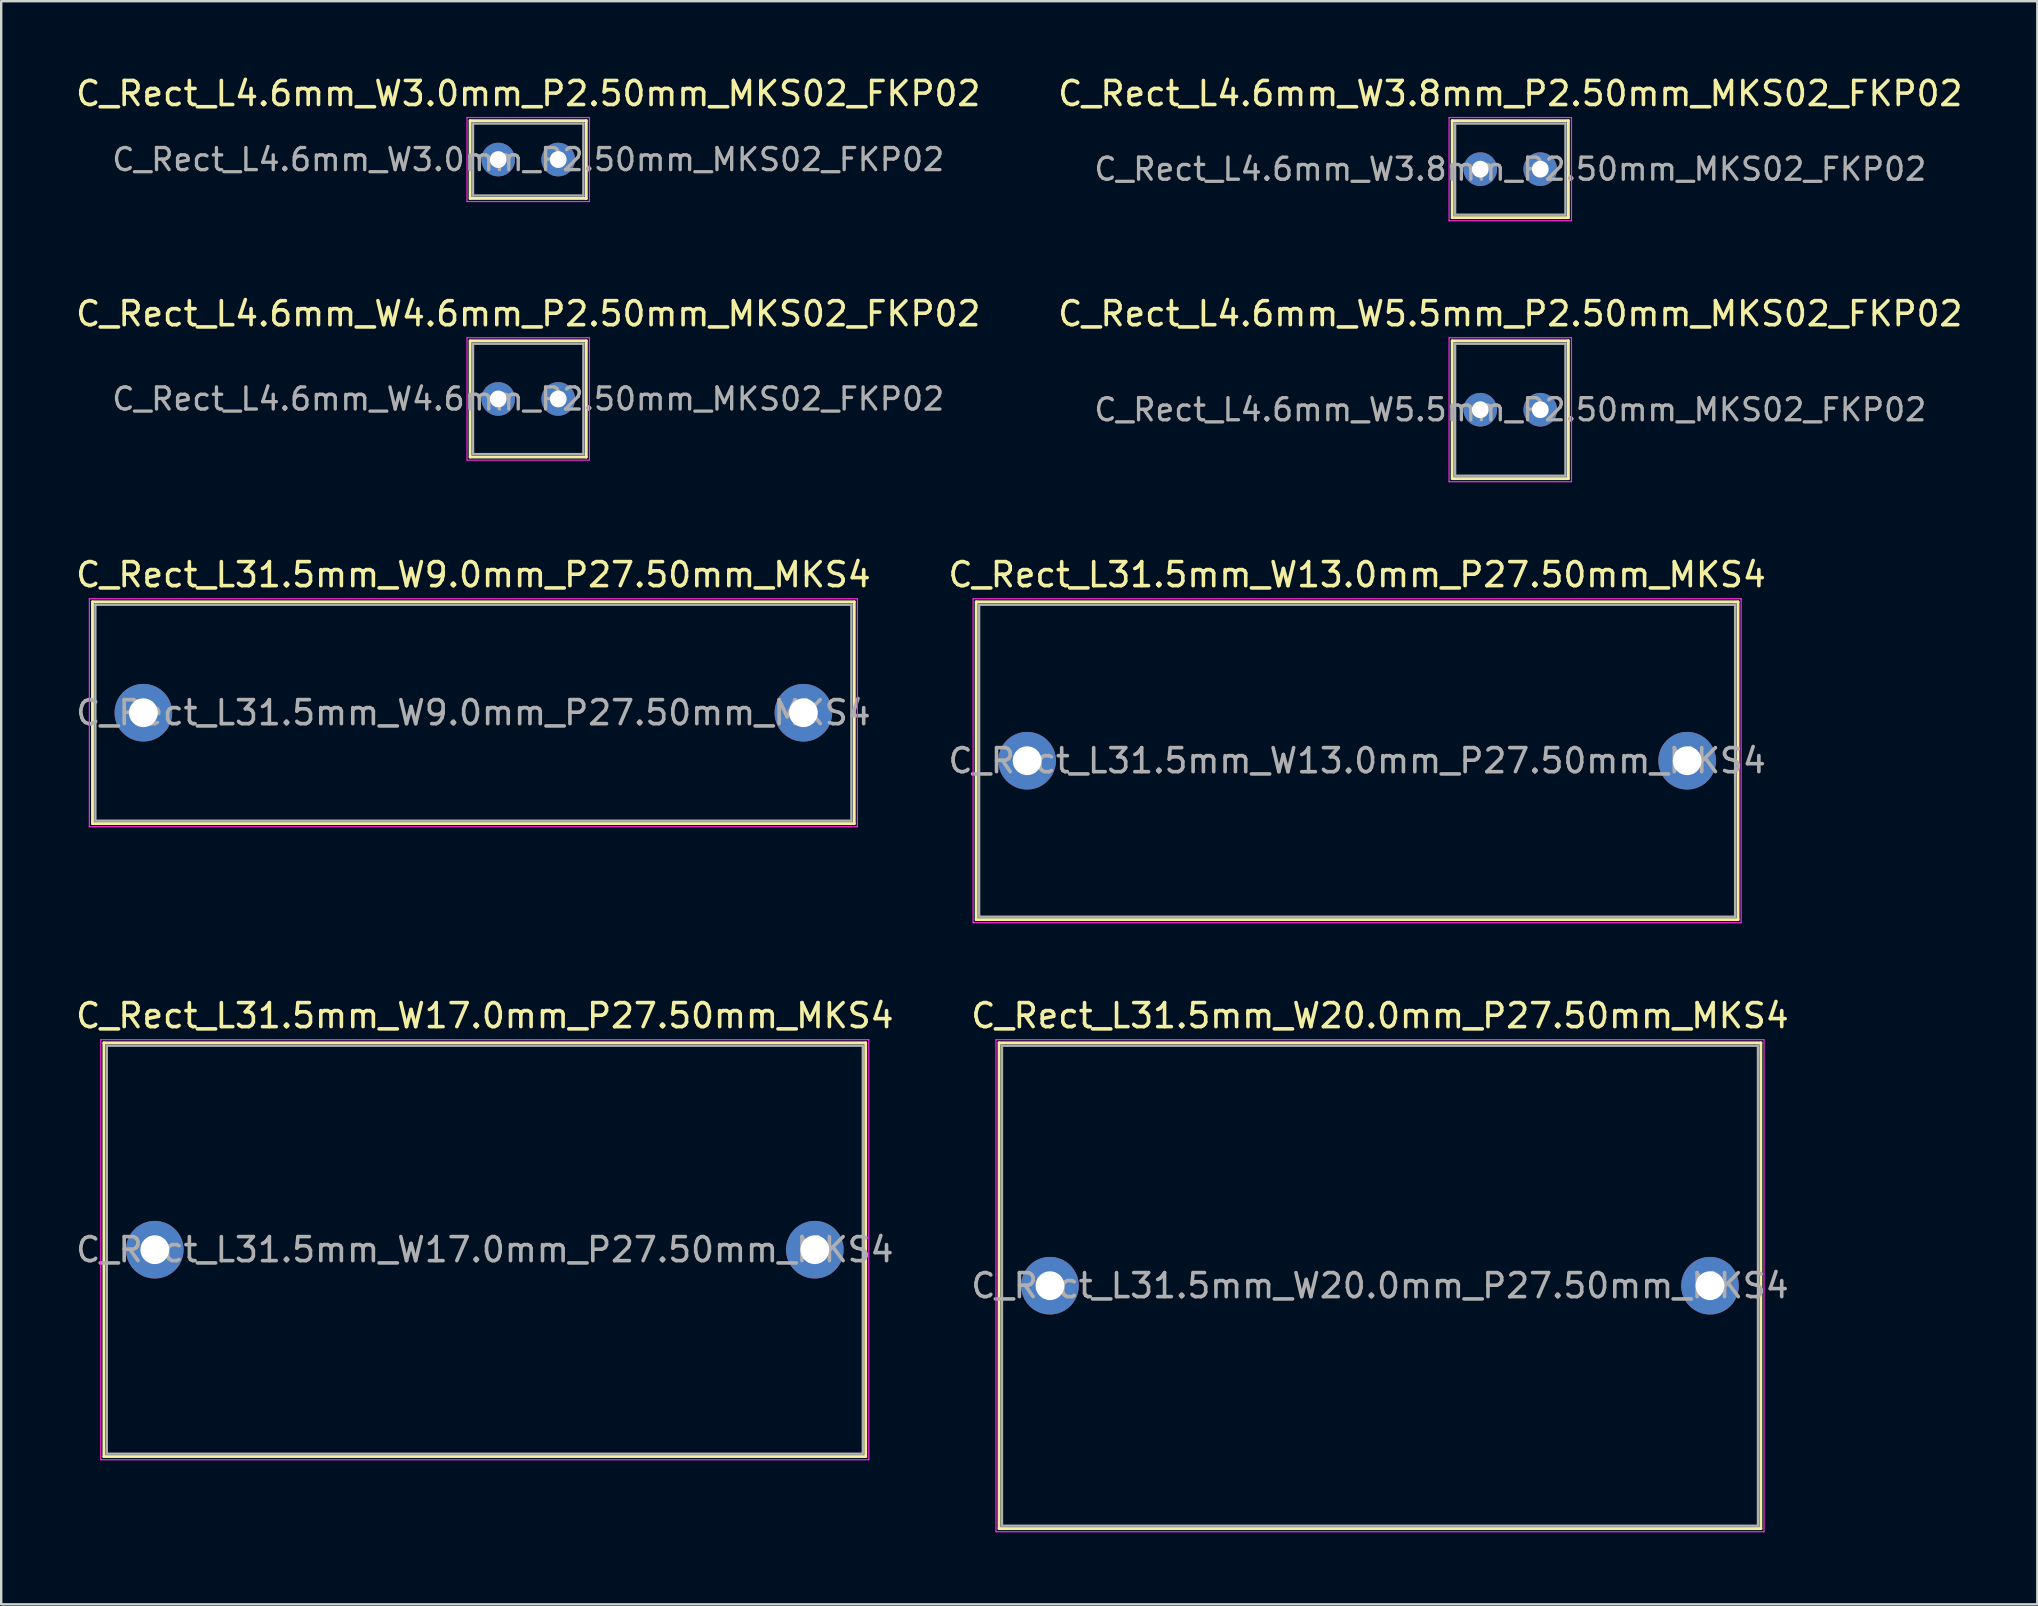
<source format=kicad_pcb>
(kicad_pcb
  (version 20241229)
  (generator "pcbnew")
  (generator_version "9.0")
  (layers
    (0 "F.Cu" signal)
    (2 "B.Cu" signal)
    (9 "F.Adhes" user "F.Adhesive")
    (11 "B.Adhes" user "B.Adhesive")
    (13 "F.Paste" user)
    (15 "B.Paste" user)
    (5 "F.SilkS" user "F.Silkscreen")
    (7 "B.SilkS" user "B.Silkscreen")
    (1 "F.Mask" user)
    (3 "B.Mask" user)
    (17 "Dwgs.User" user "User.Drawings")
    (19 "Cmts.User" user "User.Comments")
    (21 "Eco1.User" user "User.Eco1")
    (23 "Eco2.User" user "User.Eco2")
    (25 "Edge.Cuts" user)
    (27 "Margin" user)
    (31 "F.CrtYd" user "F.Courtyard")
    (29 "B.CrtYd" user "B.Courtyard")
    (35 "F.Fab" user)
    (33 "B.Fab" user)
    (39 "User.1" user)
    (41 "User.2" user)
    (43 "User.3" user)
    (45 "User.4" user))
  (footprint "C_Rect_L31.5mm_W9.0mm_P27.50mm_MKS4"
    (layer "F.Cu")
    (at 2.923 26.645)
    (property "Reference" "C_Rect_L31.5mm_W9.0mm_P27.50mm_MKS4" (at 13.75 -5.75 0) (layer "F.SilkS") (effects (font (size 1 1) (thickness 0.15))))
    (attr through_hole)
    (fp_line (start -2.12 -4.62) (end -2.12 4.62) (stroke (width 0.12) (type solid)) (layer "F.SilkS"))
    (fp_line (start -2.12 -4.62) (end 29.62 -4.62) (stroke (width 0.12) (type solid)) (layer "F.SilkS"))
    (fp_line (start -2.12 4.62) (end 29.62 4.62) (stroke (width 0.12) (type solid)) (layer "F.SilkS"))
    (fp_line (start 29.62 -4.62) (end 29.62 4.62) (stroke (width 0.12) (type solid)) (layer "F.SilkS"))
    (fp_line (start -2.25 -4.75) (end -2.25 4.75) (stroke (width 0.05) (type solid)) (layer "F.CrtYd"))
    (fp_line (start -2.25 4.75) (end 29.75 4.75) (stroke (width 0.05) (type solid)) (layer "F.CrtYd"))
    (fp_line (start 29.75 -4.75) (end -2.25 -4.75) (stroke (width 0.05) (type solid)) (layer "F.CrtYd"))
    (fp_line (start 29.75 4.75) (end 29.75 -4.75) (stroke (width 0.05) (type solid)) (layer "F.CrtYd"))
    (fp_line (start -2 -4.5) (end -2 4.5) (stroke (width 0.1) (type solid)) (layer "F.Fab"))
    (fp_line (start -2 4.5) (end 29.5 4.5) (stroke (width 0.1) (type solid)) (layer "F.Fab"))
    (fp_line (start 29.5 -4.5) (end -2 -4.5) (stroke (width 0.1) (type solid)) (layer "F.Fab"))
    (fp_line (start 29.5 4.5) (end 29.5 -4.5) (stroke (width 0.1) (type solid)) (layer "F.Fab"))
    (fp_text user "${REFERENCE}" (at 13.75 0 0) (layer "F.Fab") (effects (font (size 1 1) (thickness 0.15))))
    (pad "1" thru_hole circle (at 0 0) (size 2.4 2.4) (drill 1.2) (layers "*.Cu" "*.Mask"))
    (pad "2" thru_hole circle (at 27.5 0) (size 2.4 2.4) (drill 1.2) (layers "*.Cu" "*.Mask")))
  (footprint "C_Rect_L31.5mm_W17.0mm_P27.50mm_MKS4"
    (layer "F.Cu")
    (at 3.399 49.018)
    (property "Reference" "C_Rect_L31.5mm_W17.0mm_P27.50mm_MKS4" (at 13.75 -9.75 0) (layer "F.SilkS") (effects (font (size 1 1) (thickness 0.15))))
    (attr through_hole)
    (fp_line (start -2.12 -8.62) (end -2.12 8.62) (stroke (width 0.12) (type solid)) (layer "F.SilkS"))
    (fp_line (start -2.12 -8.62) (end 29.62 -8.62) (stroke (width 0.12) (type solid)) (layer "F.SilkS"))
    (fp_line (start -2.12 8.62) (end 29.62 8.62) (stroke (width 0.12) (type solid)) (layer "F.SilkS"))
    (fp_line (start 29.62 -8.62) (end 29.62 8.62) (stroke (width 0.12) (type solid)) (layer "F.SilkS"))
    (fp_line (start -2.25 -8.75) (end -2.25 8.75) (stroke (width 0.05) (type solid)) (layer "F.CrtYd"))
    (fp_line (start -2.25 8.75) (end 29.75 8.75) (stroke (width 0.05) (type solid)) (layer "F.CrtYd"))
    (fp_line (start 29.75 -8.75) (end -2.25 -8.75) (stroke (width 0.05) (type solid)) (layer "F.CrtYd"))
    (fp_line (start 29.75 8.75) (end 29.75 -8.75) (stroke (width 0.05) (type solid)) (layer "F.CrtYd"))
    (fp_line (start -2 -8.5) (end -2 8.5) (stroke (width 0.1) (type solid)) (layer "F.Fab"))
    (fp_line (start -2 8.5) (end 29.5 8.5) (stroke (width 0.1) (type solid)) (layer "F.Fab"))
    (fp_line (start 29.5 -8.5) (end -2 -8.5) (stroke (width 0.1) (type solid)) (layer "F.Fab"))
    (fp_line (start 29.5 8.5) (end 29.5 -8.5) (stroke (width 0.1) (type solid)) (layer "F.Fab"))
    (fp_text user "${REFERENCE}" (at 13.75 0 0) (layer "F.Fab") (effects (font (size 1 1) (thickness 0.15))))
    (pad "1" thru_hole circle (at 0 0) (size 2.4 2.4) (drill 1.2) (layers "*.Cu" "*.Mask"))
    (pad "2" thru_hole circle (at 27.5 0) (size 2.4 2.4) (drill 1.2) (layers "*.Cu" "*.Mask")))
  (footprint "C_Rect_L4.6mm_W3.0mm_P2.50mm_MKS02_FKP02"
    (layer "F.Cu")
    (at 17.708 3.598)
    (property "Reference" "C_Rect_L4.6mm_W3.0mm_P2.50mm_MKS02_FKP02" (at 1.25 -2.75 0) (layer "F.SilkS") (effects (font (size 1 1) (thickness 0.15))))
    (attr through_hole)
    (fp_line (start -1.17 -1.62) (end -1.17 1.62) (stroke (width 0.12) (type solid)) (layer "F.SilkS"))
    (fp_line (start -1.17 -1.62) (end 3.67 -1.62) (stroke (width 0.12) (type solid)) (layer "F.SilkS"))
    (fp_line (start -1.17 1.62) (end 3.67 1.62) (stroke (width 0.12) (type solid)) (layer "F.SilkS"))
    (fp_line (start 3.67 -1.62) (end 3.67 1.62) (stroke (width 0.12) (type solid)) (layer "F.SilkS"))
    (fp_line (start -1.3 -1.75) (end -1.3 1.75) (stroke (width 0.05) (type solid)) (layer "F.CrtYd"))
    (fp_line (start -1.3 1.75) (end 3.8 1.75) (stroke (width 0.05) (type solid)) (layer "F.CrtYd"))
    (fp_line (start 3.8 -1.75) (end -1.3 -1.75) (stroke (width 0.05) (type solid)) (layer "F.CrtYd"))
    (fp_line (start 3.8 1.75) (end 3.8 -1.75) (stroke (width 0.05) (type solid)) (layer "F.CrtYd"))
    (fp_line (start -1.05 -1.5) (end -1.05 1.5) (stroke (width 0.1) (type solid)) (layer "F.Fab"))
    (fp_line (start -1.05 1.5) (end 3.55 1.5) (stroke (width 0.1) (type solid)) (layer "F.Fab"))
    (fp_line (start 3.55 -1.5) (end -1.05 -1.5) (stroke (width 0.1) (type solid)) (layer "F.Fab"))
    (fp_line (start 3.55 1.5) (end 3.55 -1.5) (stroke (width 0.1) (type solid)) (layer "F.Fab"))
    (fp_text user "${REFERENCE}" (at 1.25 0 0) (layer "F.Fab") (effects (font (size 0.92 0.92) (thickness 0.138))))
    (pad "1" thru_hole circle (at 0 0) (size 1.4 1.4) (drill 0.7) (layers "*.Cu" "*.Mask"))
    (pad "2" thru_hole circle (at 2.5 0) (size 1.4 1.4) (drill 0.7) (layers "*.Cu" "*.Mask")))
  (footprint "C_Rect_L4.6mm_W4.6mm_P2.50mm_MKS02_FKP02"
    (layer "F.Cu")
    (at 17.708 13.572)
    (property "Reference" "C_Rect_L4.6mm_W4.6mm_P2.50mm_MKS02_FKP02" (at 1.25 -3.55 0) (layer "F.SilkS") (effects (font (size 1 1) (thickness 0.15))))
    (attr through_hole)
    (fp_line (start -1.17 -2.42) (end -1.17 2.42) (stroke (width 0.12) (type solid)) (layer "F.SilkS"))
    (fp_line (start -1.17 -2.42) (end 3.67 -2.42) (stroke (width 0.12) (type solid)) (layer "F.SilkS"))
    (fp_line (start -1.17 2.42) (end 3.67 2.42) (stroke (width 0.12) (type solid)) (layer "F.SilkS"))
    (fp_line (start 3.67 -2.42) (end 3.67 2.42) (stroke (width 0.12) (type solid)) (layer "F.SilkS"))
    (fp_line (start -1.3 -2.55) (end -1.3 2.55) (stroke (width 0.05) (type solid)) (layer "F.CrtYd"))
    (fp_line (start -1.3 2.55) (end 3.8 2.55) (stroke (width 0.05) (type solid)) (layer "F.CrtYd"))
    (fp_line (start 3.8 -2.55) (end -1.3 -2.55) (stroke (width 0.05) (type solid)) (layer "F.CrtYd"))
    (fp_line (start 3.8 2.55) (end 3.8 -2.55) (stroke (width 0.05) (type solid)) (layer "F.CrtYd"))
    (fp_line (start -1.05 -2.3) (end -1.05 2.3) (stroke (width 0.1) (type solid)) (layer "F.Fab"))
    (fp_line (start -1.05 2.3) (end 3.55 2.3) (stroke (width 0.1) (type solid)) (layer "F.Fab"))
    (fp_line (start 3.55 -2.3) (end -1.05 -2.3) (stroke (width 0.1) (type solid)) (layer "F.Fab"))
    (fp_line (start 3.55 2.3) (end 3.55 -2.3) (stroke (width 0.1) (type solid)) (layer "F.Fab"))
    (fp_text user "${REFERENCE}" (at 1.25 0 0) (layer "F.Fab") (effects (font (size 0.92 0.92) (thickness 0.138))))
    (pad "1" thru_hole circle (at 0 0) (size 1.4 1.4) (drill 0.7) (layers "*.Cu" "*.Mask"))
    (pad "2" thru_hole circle (at 2.5 0) (size 1.4 1.4) (drill 0.7) (layers "*.Cu" "*.Mask")))
  (footprint "C_Rect_L4.6mm_W5.5mm_P2.50mm_MKS02_FKP02"
    (layer "F.Cu")
    (at 58.625 14.021)
    (property "Reference" "C_Rect_L4.6mm_W5.5mm_P2.50mm_MKS02_FKP02" (at 1.25 -4 0) (layer "F.SilkS") (effects (font (size 1 1) (thickness 0.15))))
    (attr through_hole)
    (fp_line (start -1.17 -2.87) (end -1.17 2.87) (stroke (width 0.12) (type solid)) (layer "F.SilkS"))
    (fp_line (start -1.17 -2.87) (end 3.67 -2.87) (stroke (width 0.12) (type solid)) (layer "F.SilkS"))
    (fp_line (start -1.17 2.87) (end 3.67 2.87) (stroke (width 0.12) (type solid)) (layer "F.SilkS"))
    (fp_line (start 3.67 -2.87) (end 3.67 2.87) (stroke (width 0.12) (type solid)) (layer "F.SilkS"))
    (fp_line (start -1.3 -3) (end -1.3 3) (stroke (width 0.05) (type solid)) (layer "F.CrtYd"))
    (fp_line (start -1.3 3) (end 3.8 3) (stroke (width 0.05) (type solid)) (layer "F.CrtYd"))
    (fp_line (start 3.8 -3) (end -1.3 -3) (stroke (width 0.05) (type solid)) (layer "F.CrtYd"))
    (fp_line (start 3.8 3) (end 3.8 -3) (stroke (width 0.05) (type solid)) (layer "F.CrtYd"))
    (fp_line (start -1.05 -2.75) (end -1.05 2.75) (stroke (width 0.1) (type solid)) (layer "F.Fab"))
    (fp_line (start -1.05 2.75) (end 3.55 2.75) (stroke (width 0.1) (type solid)) (layer "F.Fab"))
    (fp_line (start 3.55 -2.75) (end -1.05 -2.75) (stroke (width 0.1) (type solid)) (layer "F.Fab"))
    (fp_line (start 3.55 2.75) (end 3.55 -2.75) (stroke (width 0.1) (type solid)) (layer "F.Fab"))
    (fp_text user "${REFERENCE}" (at 1.25 0 0) (layer "F.Fab") (effects (font (size 0.92 0.92) (thickness 0.138))))
    (pad "1" thru_hole circle (at 0 0) (size 1.4 1.4) (drill 0.7) (layers "*.Cu" "*.Mask"))
    (pad "2" thru_hole circle (at 2.5 0) (size 1.4 1.4) (drill 0.7) (layers "*.Cu" "*.Mask")))
  (footprint "C_Rect_L31.5mm_W20.0mm_P27.50mm_MKS4"
    (layer "F.Cu")
    (at 40.696 50.518)
    (property "Reference" "C_Rect_L31.5mm_W20.0mm_P27.50mm_MKS4" (at 13.75 -11.25 0) (layer "F.SilkS") (effects (font (size 1 1) (thickness 0.15))))
    (attr through_hole)
    (fp_line (start -2.12 -10.12) (end -2.12 10.12) (stroke (width 0.12) (type solid)) (layer "F.SilkS"))
    (fp_line (start -2.12 -10.12) (end 29.62 -10.12) (stroke (width 0.12) (type solid)) (layer "F.SilkS"))
    (fp_line (start -2.12 10.12) (end 29.62 10.12) (stroke (width 0.12) (type solid)) (layer "F.SilkS"))
    (fp_line (start 29.62 -10.12) (end 29.62 10.12) (stroke (width 0.12) (type solid)) (layer "F.SilkS"))
    (fp_line (start -2.25 -10.25) (end -2.25 10.25) (stroke (width 0.05) (type solid)) (layer "F.CrtYd"))
    (fp_line (start -2.25 10.25) (end 29.75 10.25) (stroke (width 0.05) (type solid)) (layer "F.CrtYd"))
    (fp_line (start 29.75 -10.25) (end -2.25 -10.25) (stroke (width 0.05) (type solid)) (layer "F.CrtYd"))
    (fp_line (start 29.75 10.25) (end 29.75 -10.25) (stroke (width 0.05) (type solid)) (layer "F.CrtYd"))
    (fp_line (start -2 -10) (end -2 10) (stroke (width 0.1) (type solid)) (layer "F.Fab"))
    (fp_line (start -2 10) (end 29.5 10) (stroke (width 0.1) (type solid)) (layer "F.Fab"))
    (fp_line (start 29.5 -10) (end -2 -10) (stroke (width 0.1) (type solid)) (layer "F.Fab"))
    (fp_line (start 29.5 10) (end 29.5 -10) (stroke (width 0.1) (type solid)) (layer "F.Fab"))
    (fp_text user "${REFERENCE}" (at 13.75 0 0) (layer "F.Fab") (effects (font (size 1 1) (thickness 0.15))))
    (pad "1" thru_hole circle (at 0 0) (size 2.4 2.4) (drill 1.2) (layers "*.Cu" "*.Mask"))
    (pad "2" thru_hole circle (at 27.5 0) (size 2.4 2.4) (drill 1.2) (layers "*.Cu" "*.Mask")))
  (footprint "C_Rect_L31.5mm_W13.0mm_P27.50mm_MKS4"
    (layer "F.Cu")
    (at 39.744 28.645)
    (property "Reference" "C_Rect_L31.5mm_W13.0mm_P27.50mm_MKS4" (at 13.75 -7.75 0) (layer "F.SilkS") (effects (font (size 1 1) (thickness 0.15))))
    (attr through_hole)
    (fp_line (start -2.12 -6.62) (end -2.12 6.62) (stroke (width 0.12) (type solid)) (layer "F.SilkS"))
    (fp_line (start -2.12 -6.62) (end 29.62 -6.62) (stroke (width 0.12) (type solid)) (layer "F.SilkS"))
    (fp_line (start -2.12 6.62) (end 29.62 6.62) (stroke (width 0.12) (type solid)) (layer "F.SilkS"))
    (fp_line (start 29.62 -6.62) (end 29.62 6.62) (stroke (width 0.12) (type solid)) (layer "F.SilkS"))
    (fp_line (start -2.25 -6.75) (end -2.25 6.75) (stroke (width 0.05) (type solid)) (layer "F.CrtYd"))
    (fp_line (start -2.25 6.75) (end 29.75 6.75) (stroke (width 0.05) (type solid)) (layer "F.CrtYd"))
    (fp_line (start 29.75 -6.75) (end -2.25 -6.75) (stroke (width 0.05) (type solid)) (layer "F.CrtYd"))
    (fp_line (start 29.75 6.75) (end 29.75 -6.75) (stroke (width 0.05) (type solid)) (layer "F.CrtYd"))
    (fp_line (start -2 -6.5) (end -2 6.5) (stroke (width 0.1) (type solid)) (layer "F.Fab"))
    (fp_line (start -2 6.5) (end 29.5 6.5) (stroke (width 0.1) (type solid)) (layer "F.Fab"))
    (fp_line (start 29.5 -6.5) (end -2 -6.5) (stroke (width 0.1) (type solid)) (layer "F.Fab"))
    (fp_line (start 29.5 6.5) (end 29.5 -6.5) (stroke (width 0.1) (type solid)) (layer "F.Fab"))
    (fp_text user "${REFERENCE}" (at 13.75 0 0) (layer "F.Fab") (effects (font (size 1 1) (thickness 0.15))))
    (pad "1" thru_hole circle (at 0 0) (size 2.4 2.4) (drill 1.2) (layers "*.Cu" "*.Mask"))
    (pad "2" thru_hole circle (at 27.5 0) (size 2.4 2.4) (drill 1.2) (layers "*.Cu" "*.Mask")))
  (footprint "C_Rect_L4.6mm_W3.8mm_P2.50mm_MKS02_FKP02"
    (layer "F.Cu")
    (at 58.625 3.998)
    (property "Reference" "C_Rect_L4.6mm_W3.8mm_P2.50mm_MKS02_FKP02" (at 1.25 -3.15 0) (layer "F.SilkS") (effects (font (size 1 1) (thickness 0.15))))
    (attr through_hole)
    (fp_line (start -1.17 -2.02) (end -1.17 2.02) (stroke (width 0.12) (type solid)) (layer "F.SilkS"))
    (fp_line (start -1.17 -2.02) (end 3.67 -2.02) (stroke (width 0.12) (type solid)) (layer "F.SilkS"))
    (fp_line (start -1.17 2.02) (end 3.67 2.02) (stroke (width 0.12) (type solid)) (layer "F.SilkS"))
    (fp_line (start 3.67 -2.02) (end 3.67 2.02) (stroke (width 0.12) (type solid)) (layer "F.SilkS"))
    (fp_line (start -1.3 -2.15) (end -1.3 2.15) (stroke (width 0.05) (type solid)) (layer "F.CrtYd"))
    (fp_line (start -1.3 2.15) (end 3.8 2.15) (stroke (width 0.05) (type solid)) (layer "F.CrtYd"))
    (fp_line (start 3.8 -2.15) (end -1.3 -2.15) (stroke (width 0.05) (type solid)) (layer "F.CrtYd"))
    (fp_line (start 3.8 2.15) (end 3.8 -2.15) (stroke (width 0.05) (type solid)) (layer "F.CrtYd"))
    (fp_line (start -1.05 -1.9) (end -1.05 1.9) (stroke (width 0.1) (type solid)) (layer "F.Fab"))
    (fp_line (start -1.05 1.9) (end 3.55 1.9) (stroke (width 0.1) (type solid)) (layer "F.Fab"))
    (fp_line (start 3.55 -1.9) (end -1.05 -1.9) (stroke (width 0.1) (type solid)) (layer "F.Fab"))
    (fp_line (start 3.55 1.9) (end 3.55 -1.9) (stroke (width 0.1) (type solid)) (layer "F.Fab"))
    (fp_text user "${REFERENCE}" (at 1.25 0 0) (layer "F.Fab") (effects (font (size 0.92 0.92) (thickness 0.138))))
    (pad "1" thru_hole circle (at 0 0) (size 1.4 1.4) (drill 0.7) (layers "*.Cu" "*.Mask"))
    (pad "2" thru_hole circle (at 2.5 0) (size 1.4 1.4) (drill 0.7) (layers "*.Cu" "*.Mask")))
  (gr_rect
    (start -3 -3)
    (end 81.833 63.793)
    (stroke (width 0.1) (type default))
    (fill no)
    (layer "Edge.Cuts")))
</source>
